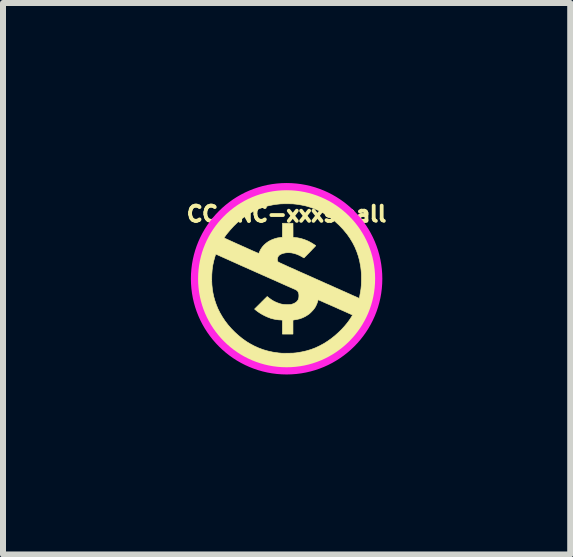
<source format=kicad_pcb>
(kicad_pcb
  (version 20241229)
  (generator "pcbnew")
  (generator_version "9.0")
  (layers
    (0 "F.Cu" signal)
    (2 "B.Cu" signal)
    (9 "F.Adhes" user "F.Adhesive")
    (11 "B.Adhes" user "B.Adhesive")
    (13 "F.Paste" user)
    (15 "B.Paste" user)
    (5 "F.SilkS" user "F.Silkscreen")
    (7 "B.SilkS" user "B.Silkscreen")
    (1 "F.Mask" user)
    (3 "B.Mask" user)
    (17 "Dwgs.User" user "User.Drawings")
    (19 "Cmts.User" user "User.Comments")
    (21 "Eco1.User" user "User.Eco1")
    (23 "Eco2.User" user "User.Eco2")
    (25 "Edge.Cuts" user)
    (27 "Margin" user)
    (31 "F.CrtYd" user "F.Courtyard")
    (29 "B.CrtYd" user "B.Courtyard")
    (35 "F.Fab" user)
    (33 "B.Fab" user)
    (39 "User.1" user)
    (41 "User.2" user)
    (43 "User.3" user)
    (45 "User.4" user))
  (footprint "CC-NC-xxxsmall"
    (layer "F.Cu")
    (at 1.727 1.596)
    (property "Reference" "CC-NC-xxxsmall" (at 0 -1.079 0) (layer "F.SilkS") (effects (font (size 0.254 0.254) (thickness 0.064))))
    (attr through_hole)
    (fp_poly (pts (xy 0.083 -1.522) (xy 0.157 -1.517) (xy 0.227 -1.509) (xy 0.252 -1.506) (xy 0.346 -1.488) (xy 0.438 -1.466) (xy 0.526 -1.438) (xy 0.613 -1.404) (xy 0.696 -1.365) (xy 0.777 -1.32) (xy 0.856 -1.27) (xy 0.906 -1.234) (xy 0.957 -1.194) (xy 1.008 -1.15) (xy 1.059 -1.103) (xy 1.109 -1.054) (xy 1.156 -1.003) (xy 1.198 -0.953) (xy 1.23 -0.913) (xy 1.283 -0.837) (xy 1.331 -0.759) (xy 1.374 -0.68) (xy 1.411 -0.598) (xy 1.442 -0.514) (xy 1.469 -0.427) (xy 1.49 -0.338) (xy 1.507 -0.246) (xy 1.518 -0.15) (xy 1.521 -0.106) (xy 1.522 -0.081) (xy 1.523 -0.052) (xy 1.523 -0.019) (xy 1.523 0.016) (xy 1.523 0.051) (xy 1.522 0.086) (xy 1.52 0.118) (xy 1.518 0.147) (xy 1.517 0.169) (xy 1.504 0.265) (xy 1.487 0.357) (xy 1.464 0.447) (xy 1.437 0.533) (xy 1.404 0.616) (xy 1.365 0.697) (xy 1.322 0.776) (xy 1.272 0.852) (xy 1.218 0.926) (xy 1.188 0.963) (xy 1.172 0.982) (xy 1.152 1.003) (xy 1.13 1.026) (xy 1.106 1.051) (xy 1.082 1.075) (xy 1.058 1.098) (xy 1.036 1.119) (xy 1.024 1.13) (xy 0.948 1.194) (xy 0.871 1.252) (xy 0.791 1.304) (xy 0.71 1.351) (xy 0.626 1.392) (xy 0.54 1.428) (xy 0.451 1.458) (xy 0.36 1.483) (xy 0.335 1.489) (xy 0.308 1.495) (xy 0.277 1.5) (xy 0.243 1.506) (xy 0.209 1.511) (xy 0.175 1.515) (xy 0.16 1.517) (xy 0.147 1.518) (xy 0.13 1.519) (xy 0.109 1.52) (xy 0.086 1.521) (xy 0.06 1.521) (xy 0.034 1.522) (xy 0.007 1.523) (xy -0.018 1.523) (xy -0.042 1.523) (xy -0.063 1.523) (xy -0.079 1.523) (xy -0.092 1.522) (xy -0.095 1.522) (xy -0.103 1.522) (xy -0.115 1.52) (xy -0.13 1.519) (xy -0.146 1.518) (xy -0.147 1.518) (xy -0.239 1.507) (xy -0.329 1.49) (xy -0.419 1.468) (xy -0.507 1.44) (xy -0.593 1.406) (xy -0.676 1.366) (xy -0.758 1.321) (xy -0.764 1.318) (xy -0.838 1.27) (xy -0.91 1.217) (xy -0.981 1.159) (xy -1.05 1.097) (xy -1.115 1.031) (xy -1.177 0.961) (xy -1.217 0.912) (xy -1.232 0.892) (xy -1.248 0.869) (xy -1.266 0.843) (xy -1.284 0.816) (xy -1.302 0.789) (xy -1.318 0.764) (xy -1.332 0.741) (xy -1.338 0.73) (xy -1.381 0.649) (xy -1.418 0.565) (xy -1.449 0.479) (xy -1.476 0.39) (xy -1.496 0.299) (xy -1.511 0.205) (xy -1.512 0.201) (xy -1.519 0.131) (xy -1.523 0.058) (xy -1.523 0.018) (xy -1.248 0.018) (xy -1.248 0.03) (xy -1.245 0.102) (xy -1.238 0.169) (xy -1.228 0.234) (xy -1.214 0.299) (xy -1.196 0.363) (xy -1.175 0.425) (xy -1.146 0.497) (xy -1.111 0.567) (xy -1.071 0.636) (xy -1.026 0.704) (xy -0.976 0.769) (xy -0.922 0.831) (xy -0.864 0.89) (xy -0.802 0.946) (xy -0.737 0.999) (xy -0.669 1.047) (xy -0.615 1.08) (xy -0.543 1.119) (xy -0.468 1.153) (xy -0.391 1.182) (xy -0.311 1.205) (xy -0.229 1.223) (xy -0.145 1.235) (xy -0.133 1.237) (xy -0.118 1.238) (xy -0.106 1.239) (xy -0.095 1.24) (xy -0.084 1.241) (xy -0.072 1.241) (xy -0.059 1.242) (xy -0.043 1.242) (xy -0.024 1.242) (xy -0.001 1.241) (xy 0.023 1.241) (xy 0.053 1.241) (xy 0.079 1.24) (xy 0.101 1.24) (xy 0.119 1.239) (xy 0.136 1.237) (xy 0.152 1.236) (xy 0.166 1.234) (xy 0.25 1.22) (xy 0.33 1.202) (xy 0.407 1.179) (xy 0.481 1.151) (xy 0.553 1.117) (xy 0.623 1.079) (xy 0.686 1.039) (xy 0.745 0.997) (xy 0.804 0.95) (xy 0.861 0.899) (xy 0.916 0.846) (xy 0.966 0.791) (xy 1.011 0.737) (xy 1.022 0.722) (xy 1.034 0.706) (xy 1.046 0.689) (xy 1.058 0.672) (xy 1.069 0.655) (xy 1.079 0.639) (xy 1.087 0.626) (xy 1.093 0.615) (xy 1.097 0.607) (xy 1.097 0.604) (xy 1.097 0.604) (xy 1.094 0.602) (xy 1.086 0.598) (xy 1.073 0.593) (xy 1.057 0.585) (xy 1.036 0.576) (xy 1.012 0.565) (xy 0.985 0.553) (xy 0.956 0.54) (xy 0.925 0.526) (xy 0.892 0.512) (xy 0.858 0.497) (xy 0.824 0.481) (xy 0.79 0.466) (xy 0.756 0.451) (xy 0.722 0.436) (xy 0.69 0.422) (xy 0.659 0.409) (xy 0.631 0.396) (xy 0.605 0.385) (xy 0.582 0.374) (xy 0.562 0.366) (xy 0.547 0.359) (xy 0.535 0.354) (xy 0.529 0.351) (xy 0.527 0.351) (xy 0.525 0.353) (xy 0.522 0.36) (xy 0.522 0.362) (xy 0.516 0.383) (xy 0.508 0.407) (xy 0.497 0.433) (xy 0.485 0.459) (xy 0.471 0.483) (xy 0.465 0.491) (xy 0.455 0.505) (xy 0.441 0.522) (xy 0.425 0.539) (xy 0.408 0.557) (xy 0.39 0.574) (xy 0.374 0.588) (xy 0.363 0.596) (xy 0.316 0.626) (xy 0.267 0.65) (xy 0.216 0.668) (xy 0.163 0.68) (xy 0.151 0.682) (xy 0.137 0.684) (xy 0.125 0.686) (xy 0.116 0.688) (xy 0.113 0.688) (xy 0.106 0.69) (xy 0.106 0.922) (xy -0.07 0.922) (xy -0.07 0.69) (xy -0.084 0.688) (xy -0.096 0.687) (xy -0.109 0.686) (xy -0.113 0.686) (xy -0.133 0.685) (xy -0.157 0.682) (xy -0.184 0.678) (xy -0.213 0.672) (xy -0.242 0.665) (xy -0.27 0.657) (xy -0.277 0.654) (xy -0.319 0.638) (xy -0.363 0.618) (xy -0.407 0.595) (xy -0.45 0.569) (xy -0.489 0.542) (xy -0.522 0.516) (xy -0.534 0.505) (xy -0.429 0.401) (xy -0.409 0.38) (xy -0.389 0.361) (xy -0.372 0.343) (xy -0.356 0.328) (xy -0.343 0.315) (xy -0.333 0.305) (xy -0.326 0.299) (xy -0.324 0.296) (xy -0.324 0.296) (xy -0.321 0.298) (xy -0.314 0.303) (xy -0.305 0.31) (xy -0.298 0.317) (xy -0.253 0.35) (xy -0.206 0.378) (xy -0.156 0.4) (xy -0.104 0.418) (xy -0.078 0.424) (xy -0.064 0.426) (xy -0.052 0.428) (xy -0.037 0.429) (xy -0.021 0.43) (xy -0.000171 0.431) (xy 0.009 0.431) (xy 0.03 0.431) (xy 0.046 0.43) (xy 0.058 0.43) (xy 0.068 0.429) (xy 0.077 0.427) (xy 0.086 0.425) (xy 0.089 0.424) (xy 0.121 0.413) (xy 0.148 0.398) (xy 0.169 0.382) (xy 0.185 0.362) (xy 0.19 0.355) (xy 0.198 0.335) (xy 0.203 0.315) (xy 0.205 0.293) (xy 0.205 0.275) (xy 0.204 0.26) (xy 0.202 0.248) (xy 0.199 0.237) (xy 0.195 0.228) (xy 0.191 0.219) (xy 0.186 0.211) (xy 0.181 0.204) (xy 0.174 0.197) (xy 0.165 0.191) (xy 0.153 0.184) (xy 0.138 0.176) (xy 0.118 0.168) (xy 0.094 0.157) (xy 0.084 0.153) (xy 0.059 0.142) (xy 0.03 0.129) (xy -0.000423 0.116) (xy -0.031 0.102) (xy -0.061 0.089) (xy -0.082 0.079) (xy -0.103 0.07) (xy -0.13 0.058) (xy -0.159 0.045) (xy -0.191 0.03) (xy -0.224 0.016) (xy -0.256 0.002) (xy -0.287 -0.012) (xy -0.299 -0.017) (xy -0.319 -0.026) (xy -0.343 -0.037) (xy -0.372 -0.05) (xy -0.405 -0.064) (xy -0.442 -0.081) (xy -0.481 -0.098) (xy -0.524 -0.117) (xy -0.568 -0.137) (xy -0.614 -0.157) (xy -0.662 -0.179) (xy -0.71 -0.2) (xy -0.758 -0.221) (xy -0.806 -0.243) (xy -0.806 -0.243) (xy -1.181 -0.411) (xy -1.192 -0.377) (xy -1.213 -0.303) (xy -1.23 -0.227) (xy -1.241 -0.148) (xy -1.247 -0.067) (xy -1.248 0.018) (xy -1.523 0.018) (xy -1.524 -0.017) (xy -1.521 -0.091) (xy -1.516 -0.164) (xy -1.508 -0.233) (xy -1.507 -0.236) (xy -1.49 -0.33) (xy -1.468 -0.421) (xy -1.44 -0.511) (xy -1.406 -0.597) (xy -1.367 -0.681) (xy -1.043 -0.681) (xy -1.04 -0.68) (xy -1.033 -0.676) (xy -1.02 -0.67) (xy -1.004 -0.663) (xy -0.983 -0.653) (xy -0.959 -0.642) (xy -0.933 -0.63) (xy -0.904 -0.617) (xy -0.873 -0.603) (xy -0.84 -0.588) (xy -0.807 -0.573) (xy -0.772 -0.558) (xy -0.738 -0.542) (xy -0.703 -0.527) (xy -0.67 -0.512) (xy -0.637 -0.497) (xy -0.606 -0.483) (xy -0.577 -0.47) (xy -0.55 -0.458) (xy -0.526 -0.448) (xy -0.506 -0.439) (xy -0.489 -0.432) (xy -0.476 -0.426) (xy -0.468 -0.423) (xy -0.465 -0.422) (xy -0.463 -0.424) (xy -0.459 -0.432) (xy -0.454 -0.442) (xy -0.451 -0.45) (xy -0.431 -0.491) (xy -0.405 -0.529) (xy -0.375 -0.563) (xy -0.34 -0.594) (xy -0.301 -0.622) (xy -0.257 -0.645) (xy -0.257 -0.645) (xy -0.207 -0.665) (xy -0.155 -0.68) (xy -0.103 -0.688) (xy -0.096 -0.689) (xy -0.071 -0.691) (xy -0.07 -0.808) (xy -0.069 -0.925) (xy 0.106 -0.925) (xy 0.107 -0.808) (xy 0.107 -0.691) (xy 0.118 -0.69) (xy 0.179 -0.683) (xy 0.238 -0.671) (xy 0.296 -0.653) (xy 0.353 -0.63) (xy 0.37 -0.621) (xy 0.385 -0.614) (xy 0.4 -0.605) (xy 0.417 -0.596) (xy 0.433 -0.586) (xy 0.449 -0.576) (xy 0.463 -0.567) (xy 0.474 -0.56) (xy 0.482 -0.554) (xy 0.485 -0.55) (xy 0.485 -0.55) (xy 0.483 -0.547) (xy 0.477 -0.541) (xy 0.468 -0.532) (xy 0.457 -0.519) (xy 0.443 -0.505) (xy 0.427 -0.489) (xy 0.411 -0.471) (xy 0.393 -0.453) (xy 0.376 -0.435) (xy 0.358 -0.417) (xy 0.342 -0.401) (xy 0.327 -0.385) (xy 0.314 -0.372) (xy 0.303 -0.361) (xy 0.295 -0.353) (xy 0.291 -0.349) (xy 0.29 -0.348) (xy 0.286 -0.349) (xy 0.279 -0.353) (xy 0.269 -0.359) (xy 0.257 -0.366) (xy 0.212 -0.39) (xy 0.167 -0.409) (xy 0.122 -0.423) (xy 0.077 -0.432) (xy 0.033 -0.435) (xy -0.01 -0.433) (xy -0.052 -0.425) (xy -0.069 -0.42) (xy -0.093 -0.41) (xy -0.113 -0.399) (xy -0.129 -0.386) (xy -0.135 -0.379) (xy -0.145 -0.362) (xy -0.151 -0.344) (xy -0.154 -0.325) (xy -0.153 -0.306) (xy -0.148 -0.291) (xy -0.147 -0.289) (xy -0.146 -0.286) (xy -0.143 -0.283) (xy -0.14 -0.28) (xy -0.136 -0.277) (xy -0.129 -0.273) (xy -0.12 -0.269) (xy -0.108 -0.263) (xy -0.092 -0.256) (xy -0.073 -0.247) (xy -0.049 -0.236) (xy -0.024 -0.225) (xy -0.007 -0.217) (xy 0.016 -0.206) (xy 0.043 -0.194) (xy 0.075 -0.18) (xy 0.11 -0.165) (xy 0.148 -0.148) (xy 0.188 -0.129) (xy 0.231 -0.11) (xy 0.276 -0.09) (xy 0.322 -0.07) (xy 0.369 -0.049) (xy 0.416 -0.028) (xy 0.458 -0.009) (xy 0.507 0.013) (xy 0.557 0.035) (xy 0.608 0.058) (xy 0.659 0.081) (xy 0.71 0.103) (xy 0.759 0.125) (xy 0.807 0.147) (xy 0.853 0.167) (xy 0.895 0.186) (xy 0.935 0.204) (xy 0.97 0.219) (xy 1.001 0.233) (xy 1.016 0.24) (xy 1.048 0.254) (xy 1.078 0.268) (xy 1.107 0.281) (xy 1.133 0.292) (xy 1.156 0.302) (xy 1.175 0.311) (xy 1.191 0.318) (xy 1.202 0.323) (xy 1.208 0.326) (xy 1.21 0.326) (xy 1.211 0.324) (xy 1.213 0.316) (xy 1.216 0.304) (xy 1.219 0.289) (xy 1.221 0.277) (xy 1.228 0.238) (xy 1.234 0.203) (xy 1.239 0.171) (xy 1.242 0.139) (xy 1.245 0.107) (xy 1.246 0.073) (xy 1.247 0.035) (xy 1.247 0.002) (xy 1.247 -0.034) (xy 1.247 -0.064) (xy 1.246 -0.091) (xy 1.244 -0.116) (xy 1.242 -0.14) (xy 1.239 -0.165) (xy 1.236 -0.192) (xy 1.233 -0.209) (xy 1.218 -0.292) (xy 1.197 -0.373) (xy 1.17 -0.452) (xy 1.138 -0.529) (xy 1.1 -0.603) (xy 1.057 -0.674) (xy 1.009 -0.743) (xy 0.955 -0.808) (xy 0.94 -0.826) (xy 0.878 -0.891) (xy 0.814 -0.95) (xy 0.75 -1.003) (xy 0.684 -1.051) (xy 0.616 -1.094) (xy 0.546 -1.131) (xy 0.474 -1.163) (xy 0.4 -1.19) (xy 0.323 -1.213) (xy 0.242 -1.23) (xy 0.158 -1.243) (xy 0.127 -1.246) (xy 0.111 -1.248) (xy 0.091 -1.249) (xy 0.066 -1.249) (xy 0.039 -1.25) (xy 0.009 -1.25) (xy -0.002 -1.25) (xy -0.039 -1.25) (xy -0.072 -1.249) (xy -0.102 -1.248) (xy -0.13 -1.245) (xy -0.158 -1.242) (xy -0.188 -1.238) (xy -0.22 -1.233) (xy -0.227 -1.232) (xy -0.308 -1.215) (xy -0.388 -1.192) (xy -0.466 -1.164) (xy -0.541 -1.13) (xy -0.614 -1.091) (xy -0.685 -1.046) (xy -0.753 -0.995) (xy -0.819 -0.939) (xy -0.882 -0.878) (xy -0.943 -0.811) (xy -1.002 -0.74) (xy -1.014 -0.724) (xy -1.023 -0.71) (xy -1.032 -0.698) (xy -1.038 -0.689) (xy -1.042 -0.683) (xy -1.043 -0.681) (xy -1.367 -0.681) (xy -1.367 -0.682) (xy -1.322 -0.764) (xy -1.271 -0.844) (xy -1.215 -0.922) (xy -1.153 -0.998) (xy -1.086 -1.071) (xy -1.083 -1.074) (xy -1.013 -1.141) (xy -0.941 -1.204) (xy -0.866 -1.26) (xy -0.788 -1.311) (xy -0.708 -1.357) (xy -0.625 -1.397) (xy -0.54 -1.432) (xy -0.452 -1.461) (xy -0.362 -1.485) (xy -0.269 -1.503) (xy -0.21 -1.512) (xy -0.14 -1.519) (xy -0.067 -1.523) (xy 0.008 -1.524) (xy 0.083 -1.522)) (stroke (width 0.01) (type solid)) (fill yes) (layer "F.SilkS"))
    (fp_circle (center 0 0) (end -1.333 0.762) (stroke (width 0.12) (type solid)) (fill no) (layer "F.CrtYd")))
  (gr_rect
    (start -3 -3)
    (end 6.454 6.192)
    (stroke (width 0.1) (type default))
    (fill no)
    (layer "Edge.Cuts")))
</source>
